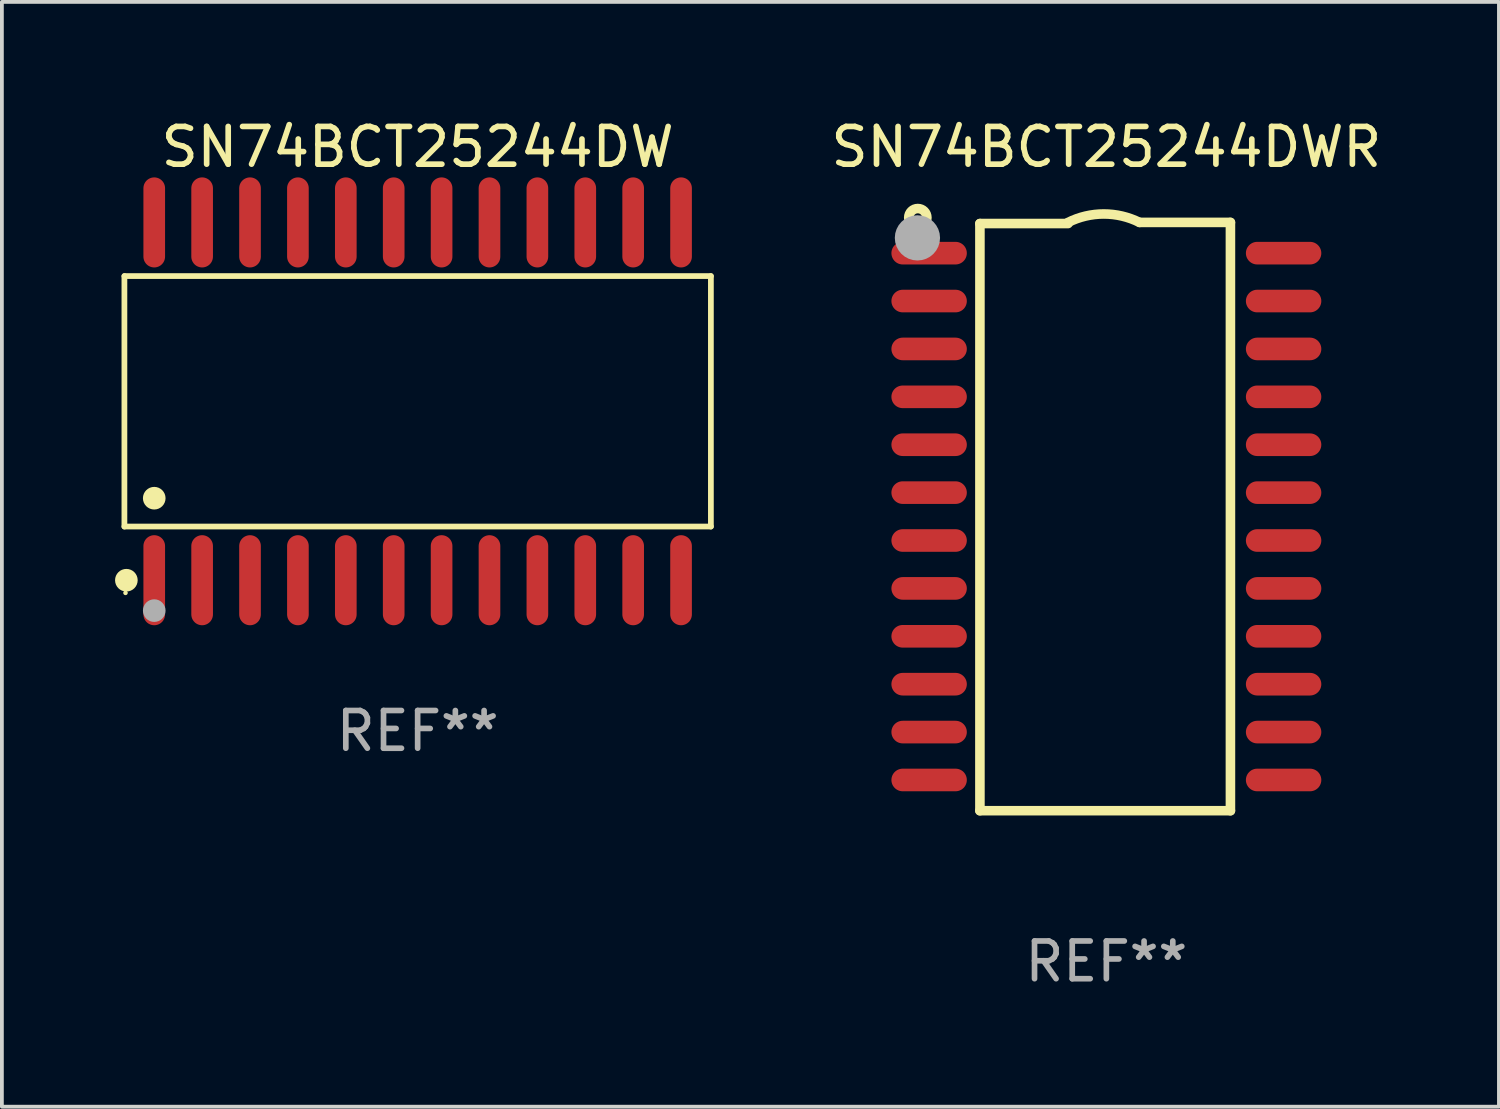
<source format=kicad_pcb>
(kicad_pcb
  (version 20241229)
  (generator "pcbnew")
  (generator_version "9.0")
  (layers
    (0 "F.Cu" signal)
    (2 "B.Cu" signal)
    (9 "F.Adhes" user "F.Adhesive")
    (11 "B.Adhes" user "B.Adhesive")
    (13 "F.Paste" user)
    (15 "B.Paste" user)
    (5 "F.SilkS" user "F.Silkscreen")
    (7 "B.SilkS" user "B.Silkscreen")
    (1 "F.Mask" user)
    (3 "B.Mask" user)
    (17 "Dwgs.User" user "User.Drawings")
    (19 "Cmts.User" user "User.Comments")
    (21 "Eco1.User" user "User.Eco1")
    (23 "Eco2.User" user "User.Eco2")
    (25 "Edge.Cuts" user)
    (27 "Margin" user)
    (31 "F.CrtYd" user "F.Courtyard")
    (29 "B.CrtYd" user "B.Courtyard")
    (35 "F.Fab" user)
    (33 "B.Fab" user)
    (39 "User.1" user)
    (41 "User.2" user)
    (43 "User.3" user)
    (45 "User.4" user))
  (footprint "SN74BCT25244DW"
    (layer "F.Cu")
    (at 8.025 7.592)
    (property "Reference" "SN74BCT25244DW" (at 0 -6.744 0) (layer "F.SilkS") (effects (font (size 1 1) (thickness 0.15))))
    (attr through_hole)
    (fp_line (start -7.776 -3.321) (end 7.776 -3.321) (stroke (width 0.152) (type solid)) (layer "F.SilkS"))
    (fp_line (start -7.776 3.321) (end -7.776 -3.321) (stroke (width 0.152) (type solid)) (layer "F.SilkS"))
    (fp_line (start 7.776 -3.321) (end 7.776 3.321) (stroke (width 0.152) (type solid)) (layer "F.SilkS"))
    (fp_line (start 7.776 3.321) (end -7.776 3.321) (stroke (width 0.152) (type solid)) (layer "F.SilkS"))
    (fp_circle (center -7.747 5.08) (end -7.717 5.08) (stroke (width 0.06) (type solid)) (fill no) (layer "F.SilkS"))
    (fp_circle (center -7.724 4.744) (end -7.574 4.744) (stroke (width 0.3) (type solid)) (fill no) (layer "F.SilkS"))
    (fp_circle (center -6.985 2.569) (end -6.835 2.569) (stroke (width 0.3) (type solid)) (fill no) (layer "F.SilkS"))
    (fp_circle (center -6.985 5.55) (end -6.835 5.55) (stroke (width 0.3) (type solid)) (fill no) (layer "F.Fab"))
    (fp_text user "REF**" (at 0 8.744 0) (layer "F.Fab") (effects (font (size 1 1) (thickness 0.15))))
    (pad "1" smd oval (at -6.985 4.744) (size 0.574 2.388) (layers "F.Cu" "F.Mask" "F.Paste"))
    (pad "2" smd oval (at -5.715 4.744) (size 0.574 2.388) (layers "F.Cu" "F.Mask" "F.Paste"))
    (pad "3" smd oval (at -4.445 4.744) (size 0.574 2.388) (layers "F.Cu" "F.Mask" "F.Paste"))
    (pad "4" smd oval (at -3.175 4.744) (size 0.574 2.388) (layers "F.Cu" "F.Mask" "F.Paste"))
    (pad "5" smd oval (at -1.905 4.744) (size 0.574 2.388) (layers "F.Cu" "F.Mask" "F.Paste"))
    (pad "6" smd oval (at -0.635 4.744) (size 0.574 2.388) (layers "F.Cu" "F.Mask" "F.Paste"))
    (pad "7" smd oval (at 0.635 4.744) (size 0.574 2.388) (layers "F.Cu" "F.Mask" "F.Paste"))
    (pad "8" smd oval (at 1.905 4.744) (size 0.574 2.388) (layers "F.Cu" "F.Mask" "F.Paste"))
    (pad "9" smd oval (at 3.175 4.744) (size 0.574 2.388) (layers "F.Cu" "F.Mask" "F.Paste"))
    (pad "10" smd oval (at 4.445 4.744) (size 0.574 2.388) (layers "F.Cu" "F.Mask" "F.Paste"))
    (pad "11" smd oval (at 5.715 4.744) (size 0.574 2.388) (layers "F.Cu" "F.Mask" "F.Paste"))
    (pad "12" smd oval (at 6.985 4.744) (size 0.574 2.388) (layers "F.Cu" "F.Mask" "F.Paste"))
    (pad "13" smd oval (at 6.985 -4.744) (size 0.574 2.388) (layers "F.Cu" "F.Mask" "F.Paste"))
    (pad "14" smd oval (at 5.715 -4.744) (size 0.574 2.388) (layers "F.Cu" "F.Mask" "F.Paste"))
    (pad "15" smd oval (at 4.445 -4.744) (size 0.574 2.388) (layers "F.Cu" "F.Mask" "F.Paste"))
    (pad "16" smd oval (at 3.175 -4.744) (size 0.574 2.388) (layers "F.Cu" "F.Mask" "F.Paste"))
    (pad "17" smd oval (at 1.905 -4.744) (size 0.574 2.388) (layers "F.Cu" "F.Mask" "F.Paste"))
    (pad "18" smd oval (at 0.635 -4.744) (size 0.574 2.388) (layers "F.Cu" "F.Mask" "F.Paste"))
    (pad "19" smd oval (at -0.635 -4.744) (size 0.574 2.388) (layers "F.Cu" "F.Mask" "F.Paste"))
    (pad "20" smd oval (at -1.905 -4.744) (size 0.574 2.388) (layers "F.Cu" "F.Mask" "F.Paste"))
    (pad "21" smd oval (at -3.175 -4.744) (size 0.574 2.388) (layers "F.Cu" "F.Mask" "F.Paste"))
    (pad "22" smd oval (at -4.445 -4.744) (size 0.574 2.388) (layers "F.Cu" "F.Mask" "F.Paste"))
    (pad "23" smd oval (at -5.715 -4.744) (size 0.574 2.388) (layers "F.Cu" "F.Mask" "F.Paste"))
    (pad "24" smd oval (at -6.985 -4.744) (size 0.574 2.388) (layers "F.Cu" "F.Mask" "F.Paste")))
  (footprint "SN74BCT25244DWR"
    (layer "F.Cu")
    (at 26.288 10.648)
    (property "Reference" "SN74BCT25244DWR" (at 0 -9.8 0) (layer "F.SilkS") (effects (font (size 1 1) (thickness 0.15))))
    (attr through_hole)
    (fp_line (start -3.353 -7.77) (end -1.016 -7.77) (stroke (width 0.254) (type solid)) (layer "F.SilkS"))
    (fp_line (start -3.353 7.8) (end -3.353 -7.77) (stroke (width 0.254) (type solid)) (layer "F.SilkS"))
    (fp_line (start 0.881 -7.8) (end 3.29 -7.8) (stroke (width 0.254) (type solid)) (layer "F.SilkS"))
    (fp_line (start 3.29 -7.8) (end 3.29 7.8) (stroke (width 0.254) (type solid)) (layer "F.SilkS"))
    (fp_line (start 3.29 7.8) (end -3.353 7.8) (stroke (width 0.254) (type solid)) (layer "F.SilkS"))
    (fp_arc (start -1.015951 -7.800025) (mid -0.067691 -8.023879) (end 0.880569 -7.800025) (stroke (width 0.254001) (type solid)) (layer "F.SilkS"))
    (fp_circle (center -5 -7.927) (end -4.886 -7.927) (stroke (width 0.254) (type solid)) (fill no) (layer "F.SilkS"))
    (fp_circle (center -5.01 -7.39) (end -4.71 -7.39) (stroke (width 0.6) (type solid)) (fill no) (layer "F.Fab"))
    (fp_text user "REF**" (at 0 11.8 0) (layer "F.Fab") (effects (font (size 1 1) (thickness 0.15))))
    (pad "1" smd oval (at -4.7 -6.985 270) (size 0.6 2) (layers "F.Cu" "F.Mask" "F.Paste"))
    (pad "2" smd oval (at -4.7 -5.715 270) (size 0.6 2) (layers "F.Cu" "F.Mask" "F.Paste"))
    (pad "3" smd oval (at -4.7 -4.445 270) (size 0.6 2) (layers "F.Cu" "F.Mask" "F.Paste"))
    (pad "4" smd oval (at -4.7 -3.175 270) (size 0.6 2) (layers "F.Cu" "F.Mask" "F.Paste"))
    (pad "5" smd oval (at -4.7 -1.905 270) (size 0.6 2) (layers "F.Cu" "F.Mask" "F.Paste"))
    (pad "6" smd oval (at -4.7 -0.635 270) (size 0.6 2) (layers "F.Cu" "F.Mask" "F.Paste"))
    (pad "7" smd oval (at -4.7 0.635 270) (size 0.6 2) (layers "F.Cu" "F.Mask" "F.Paste"))
    (pad "8" smd oval (at -4.7 1.905 270) (size 0.6 2) (layers "F.Cu" "F.Mask" "F.Paste"))
    (pad "9" smd oval (at -4.7 3.175 270) (size 0.6 2) (layers "F.Cu" "F.Mask" "F.Paste"))
    (pad "10" smd oval (at -4.7 4.445 270) (size 0.6 2) (layers "F.Cu" "F.Mask" "F.Paste"))
    (pad "11" smd oval (at -4.7 5.715 270) (size 0.6 2) (layers "F.Cu" "F.Mask" "F.Paste"))
    (pad "12" smd oval (at -4.7 6.985 270) (size 0.6 2) (layers "F.Cu" "F.Mask" "F.Paste"))
    (pad "13" smd oval (at 4.7 6.985 270) (size 0.6 2) (layers "F.Cu" "F.Mask" "F.Paste"))
    (pad "14" smd oval (at 4.7 5.715 270) (size 0.6 2) (layers "F.Cu" "F.Mask" "F.Paste"))
    (pad "15" smd oval (at 4.7 4.445 270) (size 0.6 2) (layers "F.Cu" "F.Mask" "F.Paste"))
    (pad "16" smd oval (at 4.7 3.175 270) (size 0.6 2) (layers "F.Cu" "F.Mask" "F.Paste"))
    (pad "17" smd oval (at 4.7 1.905 270) (size 0.6 2) (layers "F.Cu" "F.Mask" "F.Paste"))
    (pad "18" smd oval (at 4.7 0.635 270) (size 0.6 2) (layers "F.Cu" "F.Mask" "F.Paste"))
    (pad "19" smd oval (at 4.7 -0.635 270) (size 0.6 2) (layers "F.Cu" "F.Mask" "F.Paste"))
    (pad "20" smd oval (at 4.7 -1.905 270) (size 0.6 2) (layers "F.Cu" "F.Mask" "F.Paste"))
    (pad "21" smd oval (at 4.7 -3.175 270) (size 0.6 2) (layers "F.Cu" "F.Mask" "F.Paste"))
    (pad "22" smd oval (at 4.7 -4.445 270) (size 0.6 2) (layers "F.Cu" "F.Mask" "F.Paste"))
    (pad "23" smd oval (at 4.7 -5.715 270) (size 0.6 2) (layers "F.Cu" "F.Mask" "F.Paste"))
    (pad "24" smd oval (at 4.7 -6.985 270) (size 0.6 2) (layers "F.Cu" "F.Mask" "F.Paste")))
  (gr_rect
    (start -3 -3)
    (end 36.698 26.297)
    (stroke (width 0.1) (type default))
    (fill no)
    (layer "Edge.Cuts")))
</source>
